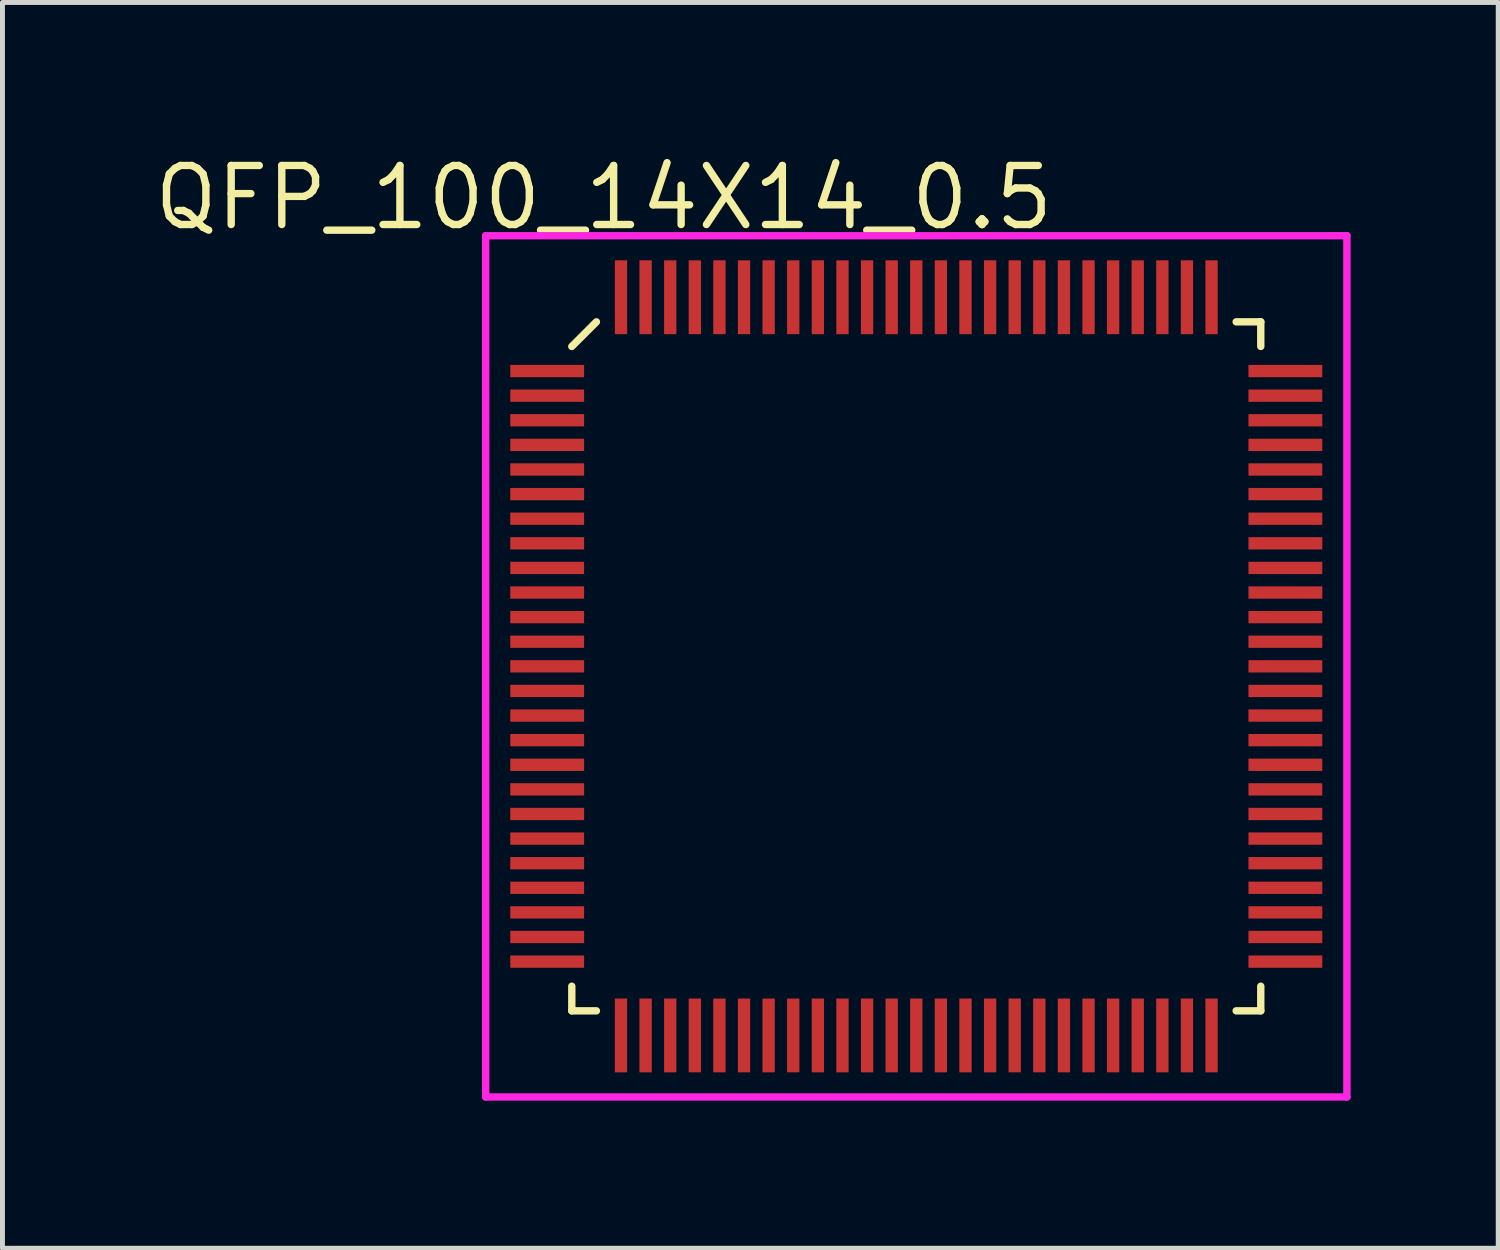
<source format=kicad_pcb>
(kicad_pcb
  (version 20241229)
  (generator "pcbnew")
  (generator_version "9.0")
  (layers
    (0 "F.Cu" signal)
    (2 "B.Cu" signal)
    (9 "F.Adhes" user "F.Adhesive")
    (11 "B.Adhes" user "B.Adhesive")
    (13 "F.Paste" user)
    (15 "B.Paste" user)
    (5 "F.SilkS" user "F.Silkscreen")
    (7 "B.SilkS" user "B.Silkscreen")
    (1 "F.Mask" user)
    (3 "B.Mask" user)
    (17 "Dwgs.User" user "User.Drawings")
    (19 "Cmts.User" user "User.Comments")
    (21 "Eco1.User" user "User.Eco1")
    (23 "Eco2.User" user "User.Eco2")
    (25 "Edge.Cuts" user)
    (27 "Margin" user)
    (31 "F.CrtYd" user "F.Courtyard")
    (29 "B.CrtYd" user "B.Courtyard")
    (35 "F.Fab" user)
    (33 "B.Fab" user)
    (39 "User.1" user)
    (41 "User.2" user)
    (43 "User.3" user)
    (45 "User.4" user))
  (footprint "QFP_100_14X14_0.5"
    (layer "F.Cu")
    (at 15.569 10.49)
    (property "Reference" "QFP_100_14X14_0.5" (at -6.35 -9.525 0) (layer "F.SilkS") (effects (font (size 1.2 1.2) (thickness 0.15))))
    (attr through_hole)
    (fp_line (start -7 -6.5) (end -6.5 -7) (stroke (width 0.15) (type solid)) (layer "F.SilkS"))
    (fp_line (start -7 7) (end -7 6.5) (stroke (width 0.15) (type solid)) (layer "F.SilkS"))
    (fp_line (start -6.5 7) (end -7 7) (stroke (width 0.15) (type solid)) (layer "F.SilkS"))
    (fp_line (start 6.5 -7) (end 7 -7) (stroke (width 0.15) (type solid)) (layer "F.SilkS"))
    (fp_line (start 6.5 7) (end 7 7) (stroke (width 0.15) (type solid)) (layer "F.SilkS"))
    (fp_line (start 7 -7) (end 7 -6.5) (stroke (width 0.15) (type solid)) (layer "F.SilkS"))
    (fp_line (start 7 7) (end 7 6.5) (stroke (width 0.15) (type solid)) (layer "F.SilkS"))
    (fp_line (start -8.75 -8.75) (end 8.75 -8.75) (stroke (width 0.15) (type solid)) (layer "F.CrtYd"))
    (fp_line (start -8.75 8.75) (end -8.75 -8.75) (stroke (width 0.15) (type solid)) (layer "F.CrtYd"))
    (fp_line (start 8.75 -8.75) (end 8.75 8.75) (stroke (width 0.15) (type solid)) (layer "F.CrtYd"))
    (fp_line (start 8.75 8.75) (end -8.75 8.75) (stroke (width 0.15) (type solid)) (layer "F.CrtYd"))
    (pad "1" smd rect (at -7.5 -6 90) (size 0.25 1.5) (layers "F.Cu" "F.Mask" "F.Paste"))
    (pad "2" smd rect (at -7.5 -5.5 90) (size 0.25 1.5) (layers "F.Cu" "F.Mask" "F.Paste"))
    (pad "3" smd rect (at -7.5 -5 90) (size 0.25 1.5) (layers "F.Cu" "F.Mask" "F.Paste"))
    (pad "4" smd rect (at -7.5 -4.5 90) (size 0.25 1.5) (layers "F.Cu" "F.Mask" "F.Paste"))
    (pad "5" smd rect (at -7.5 -4 90) (size 0.25 1.5) (layers "F.Cu" "F.Mask" "F.Paste"))
    (pad "6" smd rect (at -7.5 -3.5 90) (size 0.25 1.5) (layers "F.Cu" "F.Mask" "F.Paste"))
    (pad "7" smd rect (at -7.5 -3 90) (size 0.25 1.5) (layers "F.Cu" "F.Mask" "F.Paste"))
    (pad "8" smd rect (at -7.5 -2.5 90) (size 0.25 1.5) (layers "F.Cu" "F.Mask" "F.Paste"))
    (pad "9" smd rect (at -7.5 -2 90) (size 0.25 1.5) (layers "F.Cu" "F.Mask" "F.Paste"))
    (pad "10" smd rect (at -7.5 -1.5 90) (size 0.25 1.5) (layers "F.Cu" "F.Mask" "F.Paste"))
    (pad "11" smd rect (at -7.5 -1 90) (size 0.25 1.5) (layers "F.Cu" "F.Mask" "F.Paste"))
    (pad "12" smd rect (at -7.5 -0.5 90) (size 0.25 1.5) (layers "F.Cu" "F.Mask" "F.Paste"))
    (pad "13" smd rect (at -7.5 0 90) (size 0.25 1.5) (layers "F.Cu" "F.Mask" "F.Paste"))
    (pad "14" smd rect (at -7.5 0.5 90) (size 0.25 1.5) (layers "F.Cu" "F.Mask" "F.Paste"))
    (pad "15" smd rect (at -7.5 1 90) (size 0.25 1.5) (layers "F.Cu" "F.Mask" "F.Paste"))
    (pad "16" smd rect (at -7.5 1.5 90) (size 0.25 1.5) (layers "F.Cu" "F.Mask" "F.Paste"))
    (pad "17" smd rect (at -7.5 2 90) (size 0.25 1.5) (layers "F.Cu" "F.Mask" "F.Paste"))
    (pad "18" smd rect (at -7.5 2.5 90) (size 0.25 1.5) (layers "F.Cu" "F.Mask" "F.Paste"))
    (pad "19" smd rect (at -7.5 3 90) (size 0.25 1.5) (layers "F.Cu" "F.Mask" "F.Paste"))
    (pad "20" smd rect (at -7.5 3.5 90) (size 0.25 1.5) (layers "F.Cu" "F.Mask" "F.Paste"))
    (pad "21" smd rect (at -7.5 4 90) (size 0.25 1.5) (layers "F.Cu" "F.Mask" "F.Paste"))
    (pad "22" smd rect (at -7.5 4.5 90) (size 0.25 1.5) (layers "F.Cu" "F.Mask" "F.Paste"))
    (pad "23" smd rect (at -7.5 5 90) (size 0.25 1.5) (layers "F.Cu" "F.Mask" "F.Paste"))
    (pad "24" smd rect (at -7.5 5.5 90) (size 0.25 1.5) (layers "F.Cu" "F.Mask" "F.Paste"))
    (pad "25" smd rect (at -7.5 6 90) (size 0.25 1.5) (layers "F.Cu" "F.Mask" "F.Paste"))
    (pad "26" smd rect (at -6 7.5) (size 0.25 1.5) (layers "F.Cu" "F.Mask" "F.Paste"))
    (pad "27" smd rect (at -5.5 7.5) (size 0.25 1.5) (layers "F.Cu" "F.Mask" "F.Paste"))
    (pad "28" smd rect (at -5 7.5) (size 0.25 1.5) (layers "F.Cu" "F.Mask" "F.Paste"))
    (pad "29" smd rect (at -4.5 7.5) (size 0.25 1.5) (layers "F.Cu" "F.Mask" "F.Paste"))
    (pad "30" smd rect (at -4 7.5) (size 0.25 1.5) (layers "F.Cu" "F.Mask" "F.Paste"))
    (pad "31" smd rect (at -3.5 7.5) (size 0.25 1.5) (layers "F.Cu" "F.Mask" "F.Paste"))
    (pad "32" smd rect (at -3 7.5) (size 0.25 1.5) (layers "F.Cu" "F.Mask" "F.Paste"))
    (pad "33" smd rect (at -2.5 7.5) (size 0.25 1.5) (layers "F.Cu" "F.Mask" "F.Paste"))
    (pad "34" smd rect (at -2 7.5) (size 0.25 1.5) (layers "F.Cu" "F.Mask" "F.Paste"))
    (pad "35" smd rect (at -1.5 7.5) (size 0.25 1.5) (layers "F.Cu" "F.Mask" "F.Paste"))
    (pad "36" smd rect (at -1 7.5) (size 0.25 1.5) (layers "F.Cu" "F.Mask" "F.Paste"))
    (pad "37" smd rect (at -0.5 7.5) (size 0.25 1.5) (layers "F.Cu" "F.Mask" "F.Paste"))
    (pad "38" smd rect (at 0 7.5) (size 0.25 1.5) (layers "F.Cu" "F.Mask" "F.Paste"))
    (pad "39" smd rect (at 0.5 7.5) (size 0.25 1.5) (layers "F.Cu" "F.Mask" "F.Paste"))
    (pad "40" smd rect (at 1 7.5) (size 0.25 1.5) (layers "F.Cu" "F.Mask" "F.Paste"))
    (pad "41" smd rect (at 1.5 7.5) (size 0.25 1.5) (layers "F.Cu" "F.Mask" "F.Paste"))
    (pad "42" smd rect (at 2 7.5) (size 0.25 1.5) (layers "F.Cu" "F.Mask" "F.Paste"))
    (pad "43" smd rect (at 2.5 7.5) (size 0.25 1.5) (layers "F.Cu" "F.Mask" "F.Paste"))
    (pad "44" smd rect (at 3 7.5) (size 0.25 1.5) (layers "F.Cu" "F.Mask" "F.Paste"))
    (pad "45" smd rect (at 3.5 7.5) (size 0.25 1.5) (layers "F.Cu" "F.Mask" "F.Paste"))
    (pad "46" smd rect (at 4 7.5) (size 0.25 1.5) (layers "F.Cu" "F.Mask" "F.Paste"))
    (pad "47" smd rect (at 4.5 7.5) (size 0.25 1.5) (layers "F.Cu" "F.Mask" "F.Paste"))
    (pad "48" smd rect (at 5 7.5) (size 0.25 1.5) (layers "F.Cu" "F.Mask" "F.Paste"))
    (pad "49" smd rect (at 5.5 7.5) (size 0.25 1.5) (layers "F.Cu" "F.Mask" "F.Paste"))
    (pad "50" smd rect (at 6 7.5) (size 0.25 1.5) (layers "F.Cu" "F.Mask" "F.Paste"))
    (pad "51" smd rect (at 7.5 6 90) (size 0.25 1.5) (layers "F.Cu" "F.Mask" "F.Paste"))
    (pad "52" smd rect (at 7.5 5.5 90) (size 0.25 1.5) (layers "F.Cu" "F.Mask" "F.Paste"))
    (pad "53" smd rect (at 7.5 5 90) (size 0.25 1.5) (layers "F.Cu" "F.Mask" "F.Paste"))
    (pad "54" smd rect (at 7.5 4.5 90) (size 0.25 1.5) (layers "F.Cu" "F.Mask" "F.Paste"))
    (pad "55" smd rect (at 7.5 4 90) (size 0.25 1.5) (layers "F.Cu" "F.Mask" "F.Paste"))
    (pad "56" smd rect (at 7.5 3.5 90) (size 0.25 1.5) (layers "F.Cu" "F.Mask" "F.Paste"))
    (pad "57" smd rect (at 7.5 3 90) (size 0.25 1.5) (layers "F.Cu" "F.Mask" "F.Paste"))
    (pad "58" smd rect (at 7.5 2.5 90) (size 0.25 1.5) (layers "F.Cu" "F.Mask" "F.Paste"))
    (pad "59" smd rect (at 7.5 2 90) (size 0.25 1.5) (layers "F.Cu" "F.Mask" "F.Paste"))
    (pad "60" smd rect (at 7.5 1.5 90) (size 0.25 1.5) (layers "F.Cu" "F.Mask" "F.Paste"))
    (pad "61" smd rect (at 7.5 1 90) (size 0.25 1.5) (layers "F.Cu" "F.Mask" "F.Paste"))
    (pad "62" smd rect (at 7.5 0.5 90) (size 0.25 1.5) (layers "F.Cu" "F.Mask" "F.Paste"))
    (pad "63" smd rect (at 7.5 0 90) (size 0.25 1.5) (layers "F.Cu" "F.Mask" "F.Paste"))
    (pad "64" smd rect (at 7.5 -0.5 90) (size 0.25 1.5) (layers "F.Cu" "F.Mask" "F.Paste"))
    (pad "65" smd rect (at 7.5 -1 90) (size 0.25 1.5) (layers "F.Cu" "F.Mask" "F.Paste"))
    (pad "66" smd rect (at 7.5 -1.5 90) (size 0.25 1.5) (layers "F.Cu" "F.Mask" "F.Paste"))
    (pad "67" smd rect (at 7.5 -2 90) (size 0.25 1.5) (layers "F.Cu" "F.Mask" "F.Paste"))
    (pad "68" smd rect (at 7.5 -2.5 90) (size 0.25 1.5) (layers "F.Cu" "F.Mask" "F.Paste"))
    (pad "69" smd rect (at 7.5 -3 90) (size 0.25 1.5) (layers "F.Cu" "F.Mask" "F.Paste"))
    (pad "70" smd rect (at 7.5 -3.5 90) (size 0.25 1.5) (layers "F.Cu" "F.Mask" "F.Paste"))
    (pad "71" smd rect (at 7.5 -4 90) (size 0.25 1.5) (layers "F.Cu" "F.Mask" "F.Paste"))
    (pad "72" smd rect (at 7.5 -4.5 90) (size 0.25 1.5) (layers "F.Cu" "F.Mask" "F.Paste"))
    (pad "73" smd rect (at 7.5 -5 90) (size 0.25 1.5) (layers "F.Cu" "F.Mask" "F.Paste"))
    (pad "74" smd rect (at 7.5 -5.5 90) (size 0.25 1.5) (layers "F.Cu" "F.Mask" "F.Paste"))
    (pad "75" smd rect (at 7.5 -6 90) (size 0.25 1.5) (layers "F.Cu" "F.Mask" "F.Paste"))
    (pad "76" smd rect (at 6 -7.5) (size 0.25 1.5) (layers "F.Cu" "F.Mask" "F.Paste"))
    (pad "77" smd rect (at 5.5 -7.5) (size 0.25 1.5) (layers "F.Cu" "F.Mask" "F.Paste"))
    (pad "78" smd rect (at 5 -7.5) (size 0.25 1.5) (layers "F.Cu" "F.Mask" "F.Paste"))
    (pad "79" smd rect (at 4.5 -7.5) (size 0.25 1.5) (layers "F.Cu" "F.Mask" "F.Paste"))
    (pad "80" smd rect (at 4 -7.5) (size 0.25 1.5) (layers "F.Cu" "F.Mask" "F.Paste"))
    (pad "81" smd rect (at 3.5 -7.5) (size 0.25 1.5) (layers "F.Cu" "F.Mask" "F.Paste"))
    (pad "82" smd rect (at 3 -7.5) (size 0.25 1.5) (layers "F.Cu" "F.Mask" "F.Paste"))
    (pad "83" smd rect (at 2.5 -7.5) (size 0.25 1.5) (layers "F.Cu" "F.Mask" "F.Paste"))
    (pad "84" smd rect (at 2 -7.5) (size 0.25 1.5) (layers "F.Cu" "F.Mask" "F.Paste"))
    (pad "85" smd rect (at 1.5 -7.5) (size 0.25 1.5) (layers "F.Cu" "F.Mask" "F.Paste"))
    (pad "86" smd rect (at 1 -7.5) (size 0.25 1.5) (layers "F.Cu" "F.Mask" "F.Paste"))
    (pad "87" smd rect (at 0.5 -7.5) (size 0.25 1.5) (layers "F.Cu" "F.Mask" "F.Paste"))
    (pad "88" smd rect (at 0 -7.5) (size 0.25 1.5) (layers "F.Cu" "F.Mask" "F.Paste"))
    (pad "89" smd rect (at -0.5 -7.5) (size 0.25 1.5) (layers "F.Cu" "F.Mask" "F.Paste"))
    (pad "90" smd rect (at -1 -7.5) (size 0.25 1.5) (layers "F.Cu" "F.Mask" "F.Paste"))
    (pad "91" smd rect (at -1.5 -7.5) (size 0.25 1.5) (layers "F.Cu" "F.Mask" "F.Paste"))
    (pad "92" smd rect (at -2 -7.5) (size 0.25 1.5) (layers "F.Cu" "F.Mask" "F.Paste"))
    (pad "93" smd rect (at -2.5 -7.5) (size 0.25 1.5) (layers "F.Cu" "F.Mask" "F.Paste"))
    (pad "94" smd rect (at -3 -7.5) (size 0.25 1.5) (layers "F.Cu" "F.Mask" "F.Paste"))
    (pad "95" smd rect (at -3.5 -7.5) (size 0.25 1.5) (layers "F.Cu" "F.Mask" "F.Paste"))
    (pad "96" smd rect (at -4 -7.5) (size 0.25 1.5) (layers "F.Cu" "F.Mask" "F.Paste"))
    (pad "97" smd rect (at -4.5 -7.5) (size 0.25 1.5) (layers "F.Cu" "F.Mask" "F.Paste"))
    (pad "98" smd rect (at -5 -7.5) (size 0.25 1.5) (layers "F.Cu" "F.Mask" "F.Paste"))
    (pad "99" smd rect (at -5.5 -7.5) (size 0.25 1.5) (layers "F.Cu" "F.Mask" "F.Paste"))
    (pad "100" smd rect (at -6 -7.5) (size 0.25 1.5) (layers "F.Cu" "F.Mask" "F.Paste")))
  (gr_rect
    (start -3 -3)
    (end 27.394 22.315)
    (stroke (width 0.1) (type default))
    (fill no)
    (layer "Edge.Cuts")))
</source>
